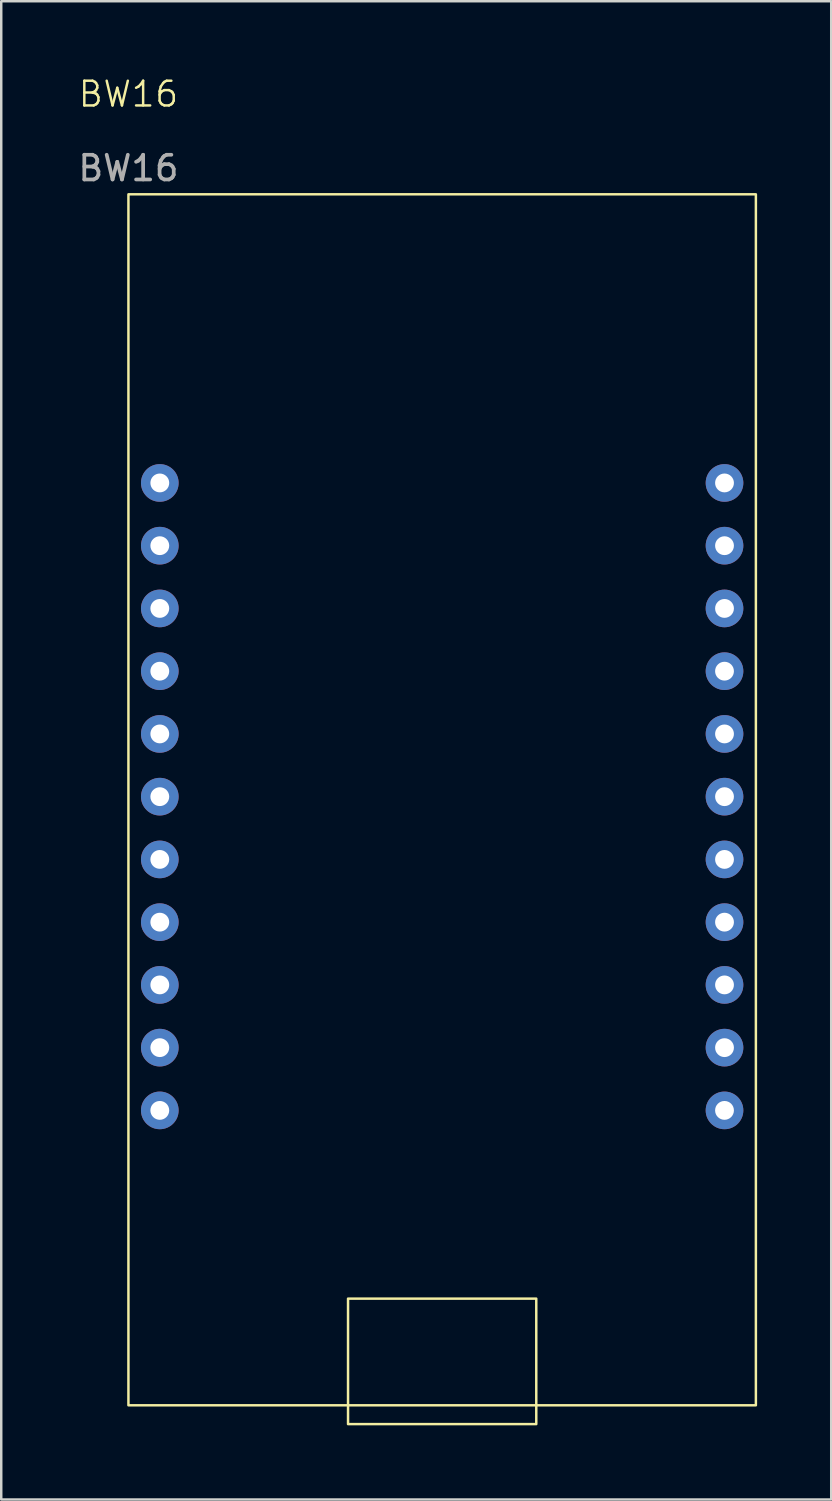
<source format=kicad_pcb>
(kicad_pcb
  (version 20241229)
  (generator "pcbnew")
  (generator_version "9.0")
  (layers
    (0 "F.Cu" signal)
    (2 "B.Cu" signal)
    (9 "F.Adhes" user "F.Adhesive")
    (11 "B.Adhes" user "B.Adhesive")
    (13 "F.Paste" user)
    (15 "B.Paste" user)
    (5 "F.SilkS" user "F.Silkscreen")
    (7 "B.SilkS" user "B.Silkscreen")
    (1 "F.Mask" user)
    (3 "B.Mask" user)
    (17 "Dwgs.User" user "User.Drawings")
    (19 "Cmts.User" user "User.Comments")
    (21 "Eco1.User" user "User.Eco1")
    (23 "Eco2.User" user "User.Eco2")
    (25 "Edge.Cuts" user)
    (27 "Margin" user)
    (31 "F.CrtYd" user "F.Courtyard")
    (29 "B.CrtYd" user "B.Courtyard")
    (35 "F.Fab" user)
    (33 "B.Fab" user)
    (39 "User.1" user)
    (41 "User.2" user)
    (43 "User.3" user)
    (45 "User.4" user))
  (footprint "BW16"
    (layer "F.Cu")
    (at 2.149 1.26)
    (property "Reference" "BW16" (at 0 -0.5 0) (unlocked yes) (layer "F.SilkS") (effects (font (size 1 1) (thickness 0.1))))
    (attr through_hole)
    (fp_rect (start 0 3.556) (end 25.4 52.578) (stroke (width 0.1) (type default)) (fill no) (layer "F.SilkS"))
    (fp_rect (start 8.89 48.26) (end 16.51 53.34) (stroke (width 0.1) (type default)) (fill no) (layer "F.SilkS"))
    (fp_text user "${REFERENCE}" (at 0 2.5 0) (unlocked yes) (layer "F.Fab") (effects (font (size 1 1) (thickness 0.15))))
    (pad "1" thru_hole circle (at 1.27 15.24) (size 1.524 1.524) (drill 0.762) (layers "*.Cu" "*.Mask"))
    (pad "2" thru_hole circle (at 1.27 17.78) (size 1.524 1.524) (drill 0.762) (layers "*.Cu" "*.Mask"))
    (pad "3" thru_hole circle (at 1.27 20.32) (size 1.524 1.524) (drill 0.762) (layers "*.Cu" "*.Mask"))
    (pad "4" thru_hole circle (at 1.27 22.86) (size 1.524 1.524) (drill 0.762) (layers "*.Cu" "*.Mask"))
    (pad "5" thru_hole circle (at 1.27 25.4) (size 1.524 1.524) (drill 0.762) (layers "*.Cu" "*.Mask"))
    (pad "6" thru_hole circle (at 1.27 27.94) (size 1.524 1.524) (drill 0.762) (layers "*.Cu" "*.Mask"))
    (pad "7" thru_hole circle (at 1.27 30.48) (size 1.524 1.524) (drill 0.762) (layers "*.Cu" "*.Mask"))
    (pad "8" thru_hole circle (at 1.27 33.02) (size 1.524 1.524) (drill 0.762) (layers "*.Cu" "*.Mask"))
    (pad "9" thru_hole circle (at 1.27 35.56) (size 1.524 1.524) (drill 0.762) (layers "*.Cu" "*.Mask"))
    (pad "10" thru_hole circle (at 1.27 38.1) (size 1.524 1.524) (drill 0.762) (layers "*.Cu" "*.Mask"))
    (pad "11" thru_hole circle (at 1.27 40.64) (size 1.524 1.524) (drill 0.762) (layers "*.Cu" "*.Mask"))
    (pad "12" thru_hole circle (at 24.13 40.64) (size 1.524 1.524) (drill 0.762) (layers "*.Cu" "*.Mask"))
    (pad "13" thru_hole circle (at 24.13 38.1) (size 1.524 1.524) (drill 0.762) (layers "*.Cu" "*.Mask"))
    (pad "14" thru_hole circle (at 24.13 35.56) (size 1.524 1.524) (drill 0.762) (layers "*.Cu" "*.Mask"))
    (pad "15" thru_hole circle (at 24.13 33.02) (size 1.524 1.524) (drill 0.762) (layers "*.Cu" "*.Mask"))
    (pad "16" thru_hole circle (at 24.13 30.48) (size 1.524 1.524) (drill 0.762) (layers "*.Cu" "*.Mask"))
    (pad "17" thru_hole circle (at 24.13 27.94) (size 1.524 1.524) (drill 0.762) (layers "*.Cu" "*.Mask"))
    (pad "18" thru_hole circle (at 24.13 25.4) (size 1.524 1.524) (drill 0.762) (layers "*.Cu" "*.Mask"))
    (pad "19" thru_hole circle (at 24.13 22.86) (size 1.524 1.524) (drill 0.762) (layers "*.Cu" "*.Mask"))
    (pad "20" thru_hole circle (at 24.13 20.32) (size 1.524 1.524) (drill 0.762) (layers "*.Cu" "*.Mask"))
    (pad "21" thru_hole circle (at 24.13 17.78) (size 1.524 1.524) (drill 0.762) (layers "*.Cu" "*.Mask"))
    (pad "22" thru_hole circle (at 24.13 15.24) (size 1.524 1.524) (drill 0.762) (layers "*.Cu" "*.Mask")))
  (gr_rect
    (start -3 -3)
    (end 30.599 57.651)
    (stroke (width 0.1) (type default))
    (fill no)
    (layer "Edge.Cuts")))
</source>
